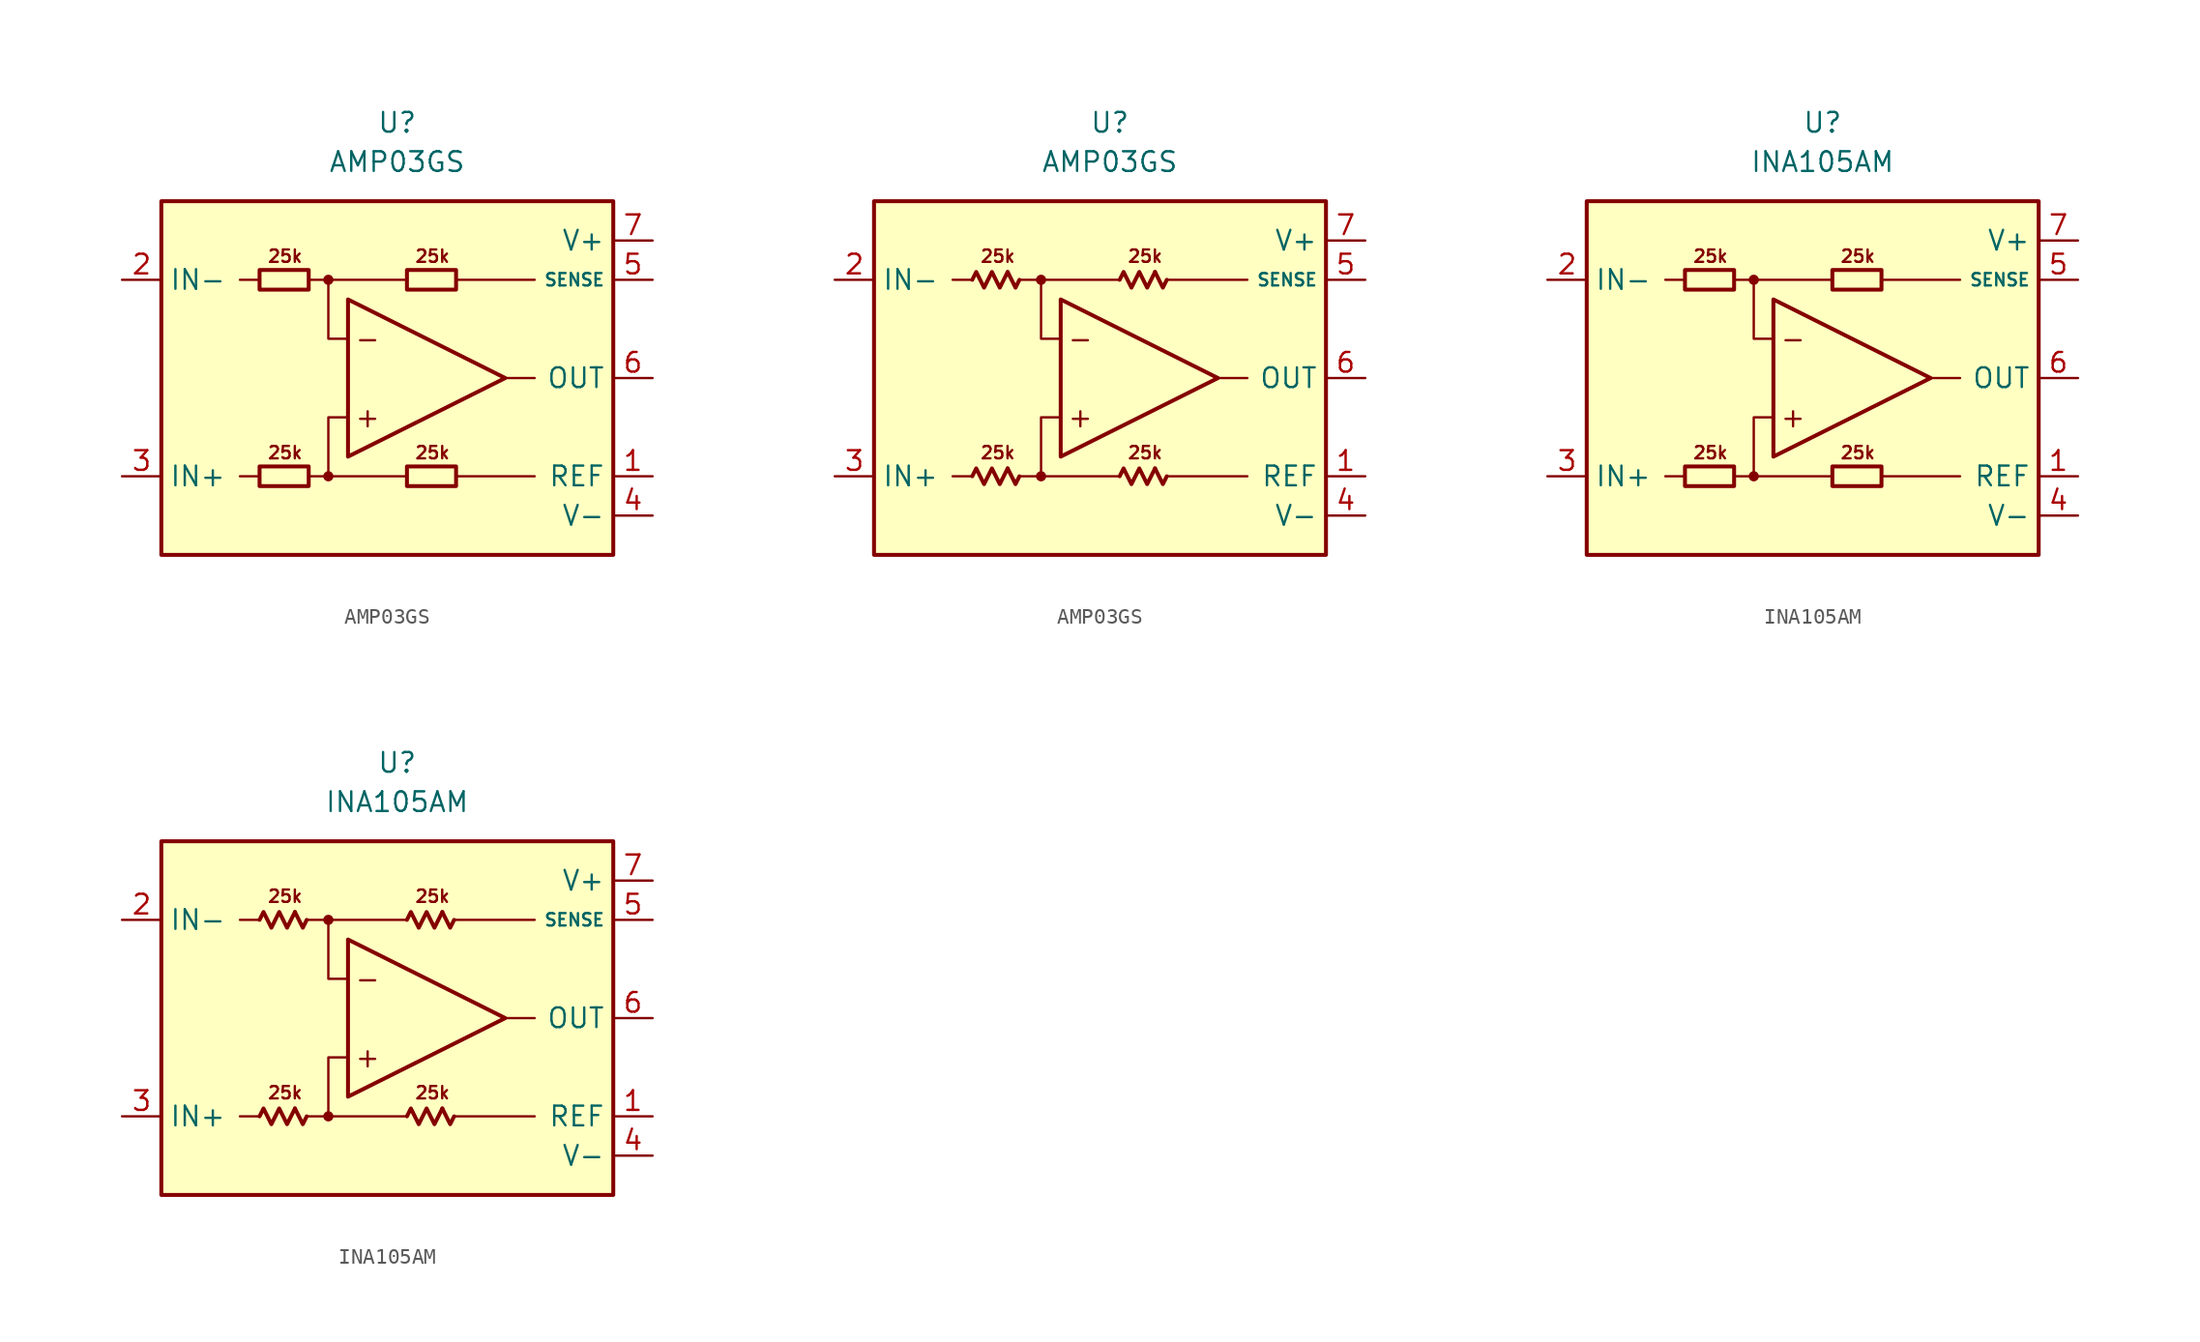
<source format=kicad_sym>
(kicad_symbol_lib
  (version 20231120)
  (generator "kicad_symbol_editor")
  (generator_version "8.0")
  (symbol "AMP03GS"
    (property "Reference" "U"
      (at 0 16.51 0)
      (effects (font (size 1.27 1.27))))
    (property "Value" "AMP03GS"
      (at 0 13.97 0)
      (effects (font (size 1.27 1.27))))
    (symbol "AMP03GS_0_0"
      (rectangle (start -15.24 11.43) (end 13.97 -11.43) (stroke (width 0.254) (type default)) (fill (type background)))
      (circle (center -4.445 -6.35) (radius 0.254) (stroke (width 0.152) (type default)) (fill (type outline)))
      (circle (center -4.445 6.35) (radius 0.254) (stroke (width 0.152) (type default)) (fill (type outline)))
      (polyline (pts (xy -8.89 -6.35) (xy -10.16 -6.35)) (stroke (width 0.152) (type default)) (fill (type none)))
      (polyline (pts (xy -8.89 6.35) (xy -10.16 6.35)) (stroke (width 0.152) (type default)) (fill (type none)))
      (polyline (pts (xy -4.445 6.35) (xy 0.635 6.35)) (stroke (width 0.152) (type default)) (fill (type none)))
      (polyline (pts (xy 0.635 -6.35) (xy -4.445 -6.35)) (stroke (width 0.152) (type default)) (fill (type none)))
      (polyline (pts (xy 3.81 -6.35) (xy 8.89 -6.35)) (stroke (width 0.152) (type default)) (fill (type none)))
      (polyline (pts (xy 3.81 6.35) (xy 8.89 6.35)) (stroke (width 0.152) (type default)) (fill (type none)))
      (polyline (pts (xy 8.89 0) (xy 6.985 0)) (stroke (width 0.152) (type default)) (fill (type none)))
      (polyline (pts (xy -5.715 -6.35) (xy -4.445 -6.35) (xy -4.445 -2.54) (xy -3.175 -2.54)) (stroke (width 0.152) (type default)) (fill (type none)))
      (polyline (pts (xy -3.175 2.54) (xy -4.445 2.54) (xy -4.445 6.35) (xy -5.715 6.35)) (stroke (width 0.152) (type default)) (fill (type none)))
      (polyline (pts (xy -3.175 5.08) (xy -3.175 -5.08) (xy 6.985 0) (xy -3.175 5.08)) (stroke (width 0.254) (type default)) (fill (type none)))
      (text "+" (at -1.905 -2.54 0) (effects (font (size 1.27 1.27))))
      (text "-" (at -1.905 2.54 0) (effects (font (size 1.27 1.27))))
      (text "25k" (at -7.239 -4.826 0) (effects (font (size 0.8 0.8))))
      (text "25k" (at -7.239 7.874 0) (effects (font (size 0.8 0.8))))
      (text "25k" (at 2.286 -4.826 0) (effects (font (size 0.8 0.8))))
      (text "25k" (at 2.286 7.874 0) (effects (font (size 0.8 0.8)))))
    (symbol "AMP03GS_0_1"
      (rectangle (start -8.89 -5.715) (end -5.715 -6.985) (stroke (width 0.254) (type default)) (fill (type none)))
      (rectangle (start -8.89 6.985) (end -5.715 5.715) (stroke (width 0.254) (type default)) (fill (type none)))
      (rectangle (start 0.635 -5.715) (end 3.81 -6.985) (stroke (width 0.254) (type default)) (fill (type none)))
      (rectangle (start 0.635 6.985) (end 3.81 5.715) (stroke (width 0.254) (type default)) (fill (type none))))
    (symbol "AMP03GS_0_2"
      (polyline (pts (xy -6.604 -5.842) (xy -6.096 -6.858) (xy -5.842 -6.35)) (stroke (width 0.254) (type default)) (fill (type none)))
      (polyline (pts (xy -6.604 6.858) (xy -6.096 5.842) (xy -5.842 6.35)) (stroke (width 0.254) (type default)) (fill (type none)))
      (polyline (pts (xy 2.921 -5.842) (xy 3.429 -6.858) (xy 3.683 -6.35)) (stroke (width 0.254) (type default)) (fill (type none)))
      (polyline (pts (xy 2.921 6.858) (xy 3.429 5.842) (xy 3.683 6.35)) (stroke (width 0.254) (type default)) (fill (type none)))
      (polyline (pts (xy -8.89 -6.35) (xy -8.636 -5.842) (xy -8.128 -6.858) (xy -7.62 -5.842) (xy -7.112 -6.858) (xy -6.604 -5.842)) (stroke (width 0.254) (type default)) (fill (type none)))
      (polyline (pts (xy -8.89 6.35) (xy -8.636 6.858) (xy -8.128 5.842) (xy -7.62 6.858) (xy -7.112 5.842) (xy -6.604 6.858)) (stroke (width 0.254) (type default)) (fill (type none)))
      (polyline (pts (xy 0.635 -6.35) (xy 0.889 -5.842) (xy 1.397 -6.858) (xy 1.905 -5.842) (xy 2.413 -6.858) (xy 2.921 -5.842)) (stroke (width 0.254) (type default)) (fill (type none)))
      (polyline (pts (xy 0.635 6.35) (xy 0.889 6.858) (xy 1.397 5.842) (xy 1.905 6.858) (xy 2.413 5.842) (xy 2.921 6.858)) (stroke (width 0.254) (type default)) (fill (type none))))
    (symbol "AMP03GS_1_1"
      (pin input line (at 16.51 -6.35 180) (length 2.54) (name "REF" (effects (font (size 1.27 1.27)))) (number "1" (effects (font (size 1.27 1.27)))))
      (pin input line (at -17.78 6.35 0) (length 2.54) (name "IN-" (effects (font (size 1.27 1.27)))) (number "2" (effects (font (size 1.27 1.27)))))
      (pin input line (at -17.78 -6.35 0) (length 2.54) (name "IN+" (effects (font (size 1.27 1.27)))) (number "3" (effects (font (size 1.27 1.27)))))
      (pin power_in line (at 16.51 -8.89 180) (length 2.54) (name "V-" (effects (font (size 1.27 1.27)))) (number "4" (effects (font (size 1.27 1.27)))))
      (pin input line (at 16.51 6.35 180) (length 2.54) (name "SENSE" (effects (font (size 0.8 0.8)))) (number "5" (effects (font (size 1.27 1.27)))))
      (pin output line (at 16.51 0 180) (length 2.54) (name "OUT" (effects (font (size 1.27 1.27)))) (number "6" (effects (font (size 1.27 1.27)))))
      (pin power_in line (at 16.51 8.89 180) (length 2.54) (name "V+" (effects (font (size 1.27 1.27)))) (number "7" (effects (font (size 1.27 1.27)))))
      (pin free line (at -8.89 0 0) (length 2.54) hide (name "NC" (effects (font (size 1.27 1.27)))) (number "8" (effects (font (size 1.27 1.27))))))
    (symbol "AMP03GS_1_2"
      (pin input line (at 16.51 -6.35 180) (length 2.54) (name "REF" (effects (font (size 1.27 1.27)))) (number "1" (effects (font (size 1.27 1.27)))))
      (pin input line (at -17.78 6.35 0) (length 2.54) (name "IN-" (effects (font (size 1.27 1.27)))) (number "2" (effects (font (size 1.27 1.27)))))
      (pin input line (at -17.78 -6.35 0) (length 2.54) (name "IN+" (effects (font (size 1.27 1.27)))) (number "3" (effects (font (size 1.27 1.27)))))
      (pin power_in line (at 16.51 -8.89 180) (length 2.54) (name "V-" (effects (font (size 1.27 1.27)))) (number "4" (effects (font (size 1.27 1.27)))))
      (pin input line (at 16.51 6.35 180) (length 2.54) (name "SENSE" (effects (font (size 0.8 0.8)))) (number "5" (effects (font (size 1.27 1.27)))))
      (pin output line (at 16.51 0 180) (length 2.54) (name "OUT" (effects (font (size 1.27 1.27)))) (number "6" (effects (font (size 1.27 1.27)))))
      (pin power_in line (at 16.51 8.89 180) (length 2.54) (name "V+" (effects (font (size 1.27 1.27)))) (number "7" (effects (font (size 1.27 1.27)))))
      (pin free line (at -8.89 0 0) (length 2.54) hide (name "NC" (effects (font (size 1.27 1.27)))) (number "8" (effects (font (size 1.27 1.27)))))))
  (symbol "INA105AM"
    (property "Reference" "U"
      (at 0 16.51 0)
      (effects (font (size 1.27 1.27))))
    (property "Value" "INA105AM"
      (at 0 13.97 0)
      (effects (font (size 1.27 1.27))))
    (symbol "INA105AM_0_0"
      (rectangle (start -15.24 11.43) (end 13.97 -11.43) (stroke (width 0.254) (type default)) (fill (type background)))
      (circle (center -4.445 -6.35) (radius 0.254) (stroke (width 0.152) (type default)) (fill (type outline)))
      (circle (center -4.445 6.35) (radius 0.254) (stroke (width 0.152) (type default)) (fill (type outline)))
      (polyline (pts (xy -8.89 -6.35) (xy -10.16 -6.35)) (stroke (width 0.152) (type default)) (fill (type none)))
      (polyline (pts (xy -8.89 6.35) (xy -10.16 6.35)) (stroke (width 0.152) (type default)) (fill (type none)))
      (polyline (pts (xy -4.445 6.35) (xy 0.635 6.35)) (stroke (width 0.152) (type default)) (fill (type none)))
      (polyline (pts (xy 0.635 -6.35) (xy -4.445 -6.35)) (stroke (width 0.152) (type default)) (fill (type none)))
      (polyline (pts (xy 3.81 -6.35) (xy 8.89 -6.35)) (stroke (width 0.152) (type default)) (fill (type none)))
      (polyline (pts (xy 3.81 6.35) (xy 8.89 6.35)) (stroke (width 0.152) (type default)) (fill (type none)))
      (polyline (pts (xy 8.89 0) (xy 6.985 0)) (stroke (width 0.152) (type default)) (fill (type none)))
      (polyline (pts (xy -5.715 -6.35) (xy -4.445 -6.35) (xy -4.445 -2.54) (xy -3.175 -2.54)) (stroke (width 0.152) (type default)) (fill (type none)))
      (polyline (pts (xy -3.175 2.54) (xy -4.445 2.54) (xy -4.445 6.35) (xy -5.715 6.35)) (stroke (width 0.152) (type default)) (fill (type none)))
      (polyline (pts (xy -3.175 5.08) (xy -3.175 -5.08) (xy 6.985 0) (xy -3.175 5.08)) (stroke (width 0.254) (type default)) (fill (type none)))
      (text "+" (at -1.905 -2.54 0) (effects (font (size 1.27 1.27))))
      (text "-" (at -1.905 2.54 0) (effects (font (size 1.27 1.27))))
      (text "25k" (at -7.239 -4.826 0) (effects (font (size 0.8 0.8))))
      (text "25k" (at -7.239 7.874 0) (effects (font (size 0.8 0.8))))
      (text "25k" (at 2.286 -4.826 0) (effects (font (size 0.8 0.8))))
      (text "25k" (at 2.286 7.874 0) (effects (font (size 0.8 0.8)))))
    (symbol "INA105AM_0_1"
      (rectangle (start -8.89 -5.715) (end -5.715 -6.985) (stroke (width 0.254) (type default)) (fill (type none)))
      (rectangle (start -8.89 6.985) (end -5.715 5.715) (stroke (width 0.254) (type default)) (fill (type none)))
      (rectangle (start 0.635 -5.715) (end 3.81 -6.985) (stroke (width 0.254) (type default)) (fill (type none)))
      (rectangle (start 0.635 6.985) (end 3.81 5.715) (stroke (width 0.254) (type default)) (fill (type none))))
    (symbol "INA105AM_0_2"
      (polyline (pts (xy -6.604 -5.842) (xy -6.096 -6.858) (xy -5.842 -6.35)) (stroke (width 0.254) (type default)) (fill (type none)))
      (polyline (pts (xy -6.604 6.858) (xy -6.096 5.842) (xy -5.842 6.35)) (stroke (width 0.254) (type default)) (fill (type none)))
      (polyline (pts (xy 2.921 -5.842) (xy 3.429 -6.858) (xy 3.683 -6.35)) (stroke (width 0.254) (type default)) (fill (type none)))
      (polyline (pts (xy 2.921 6.858) (xy 3.429 5.842) (xy 3.683 6.35)) (stroke (width 0.254) (type default)) (fill (type none)))
      (polyline (pts (xy -8.89 -6.35) (xy -8.636 -5.842) (xy -8.128 -6.858) (xy -7.62 -5.842) (xy -7.112 -6.858) (xy -6.604 -5.842)) (stroke (width 0.254) (type default)) (fill (type none)))
      (polyline (pts (xy -8.89 6.35) (xy -8.636 6.858) (xy -8.128 5.842) (xy -7.62 6.858) (xy -7.112 5.842) (xy -6.604 6.858)) (stroke (width 0.254) (type default)) (fill (type none)))
      (polyline (pts (xy 0.635 -6.35) (xy 0.889 -5.842) (xy 1.397 -6.858) (xy 1.905 -5.842) (xy 2.413 -6.858) (xy 2.921 -5.842)) (stroke (width 0.254) (type default)) (fill (type none)))
      (polyline (pts (xy 0.635 6.35) (xy 0.889 6.858) (xy 1.397 5.842) (xy 1.905 6.858) (xy 2.413 5.842) (xy 2.921 6.858)) (stroke (width 0.254) (type default)) (fill (type none))))
    (symbol "INA105AM_1_1"
      (pin input line (at 16.51 -6.35 180) (length 2.54) (name "REF" (effects (font (size 1.27 1.27)))) (number "1" (effects (font (size 1.27 1.27)))))
      (pin input line (at -17.78 6.35 0) (length 2.54) (name "IN-" (effects (font (size 1.27 1.27)))) (number "2" (effects (font (size 1.27 1.27)))))
      (pin input line (at -17.78 -6.35 0) (length 2.54) (name "IN+" (effects (font (size 1.27 1.27)))) (number "3" (effects (font (size 1.27 1.27)))))
      (pin power_in line (at 16.51 -8.89 180) (length 2.54) (name "V-" (effects (font (size 1.27 1.27)))) (number "4" (effects (font (size 1.27 1.27)))))
      (pin input line (at 16.51 6.35 180) (length 2.54) (name "SENSE" (effects (font (size 0.8 0.8)))) (number "5" (effects (font (size 1.27 1.27)))))
      (pin output line (at 16.51 0 180) (length 2.54) (name "OUT" (effects (font (size 1.27 1.27)))) (number "6" (effects (font (size 1.27 1.27)))))
      (pin power_in line (at 16.51 8.89 180) (length 2.54) (name "V+" (effects (font (size 1.27 1.27)))) (number "7" (effects (font (size 1.27 1.27)))))
      (pin free line (at -10.16 0 0) (length 2.54) hide (name "NC" (effects (font (size 1.27 1.27)))) (number "8" (effects (font (size 1.27 1.27))))))
    (symbol "INA105AM_1_2"
      (pin input line (at 16.51 -6.35 180) (length 2.54) (name "REF" (effects (font (size 1.27 1.27)))) (number "1" (effects (font (size 1.27 1.27)))))
      (pin input line (at -17.78 6.35 0) (length 2.54) (name "IN-" (effects (font (size 1.27 1.27)))) (number "2" (effects (font (size 1.27 1.27)))))
      (pin input line (at -17.78 -6.35 0) (length 2.54) (name "IN+" (effects (font (size 1.27 1.27)))) (number "3" (effects (font (size 1.27 1.27)))))
      (pin power_in line (at 16.51 -8.89 180) (length 2.54) (name "V-" (effects (font (size 1.27 1.27)))) (number "4" (effects (font (size 1.27 1.27)))))
      (pin input line (at 16.51 6.35 180) (length 2.54) (name "SENSE" (effects (font (size 0.8 0.8)))) (number "5" (effects (font (size 1.27 1.27)))))
      (pin output line (at 16.51 0 180) (length 2.54) (name "OUT" (effects (font (size 1.27 1.27)))) (number "6" (effects (font (size 1.27 1.27)))))
      (pin power_in line (at 16.51 8.89 180) (length 2.54) (name "V+" (effects (font (size 1.27 1.27)))) (number "7" (effects (font (size 1.27 1.27)))))
      (pin free line (at -10.16 0 0) (length 2.54) hide (name "NC" (effects (font (size 1.27 1.27)))) (number "8" (effects (font (size 1.27 1.27))))))))
</source>
